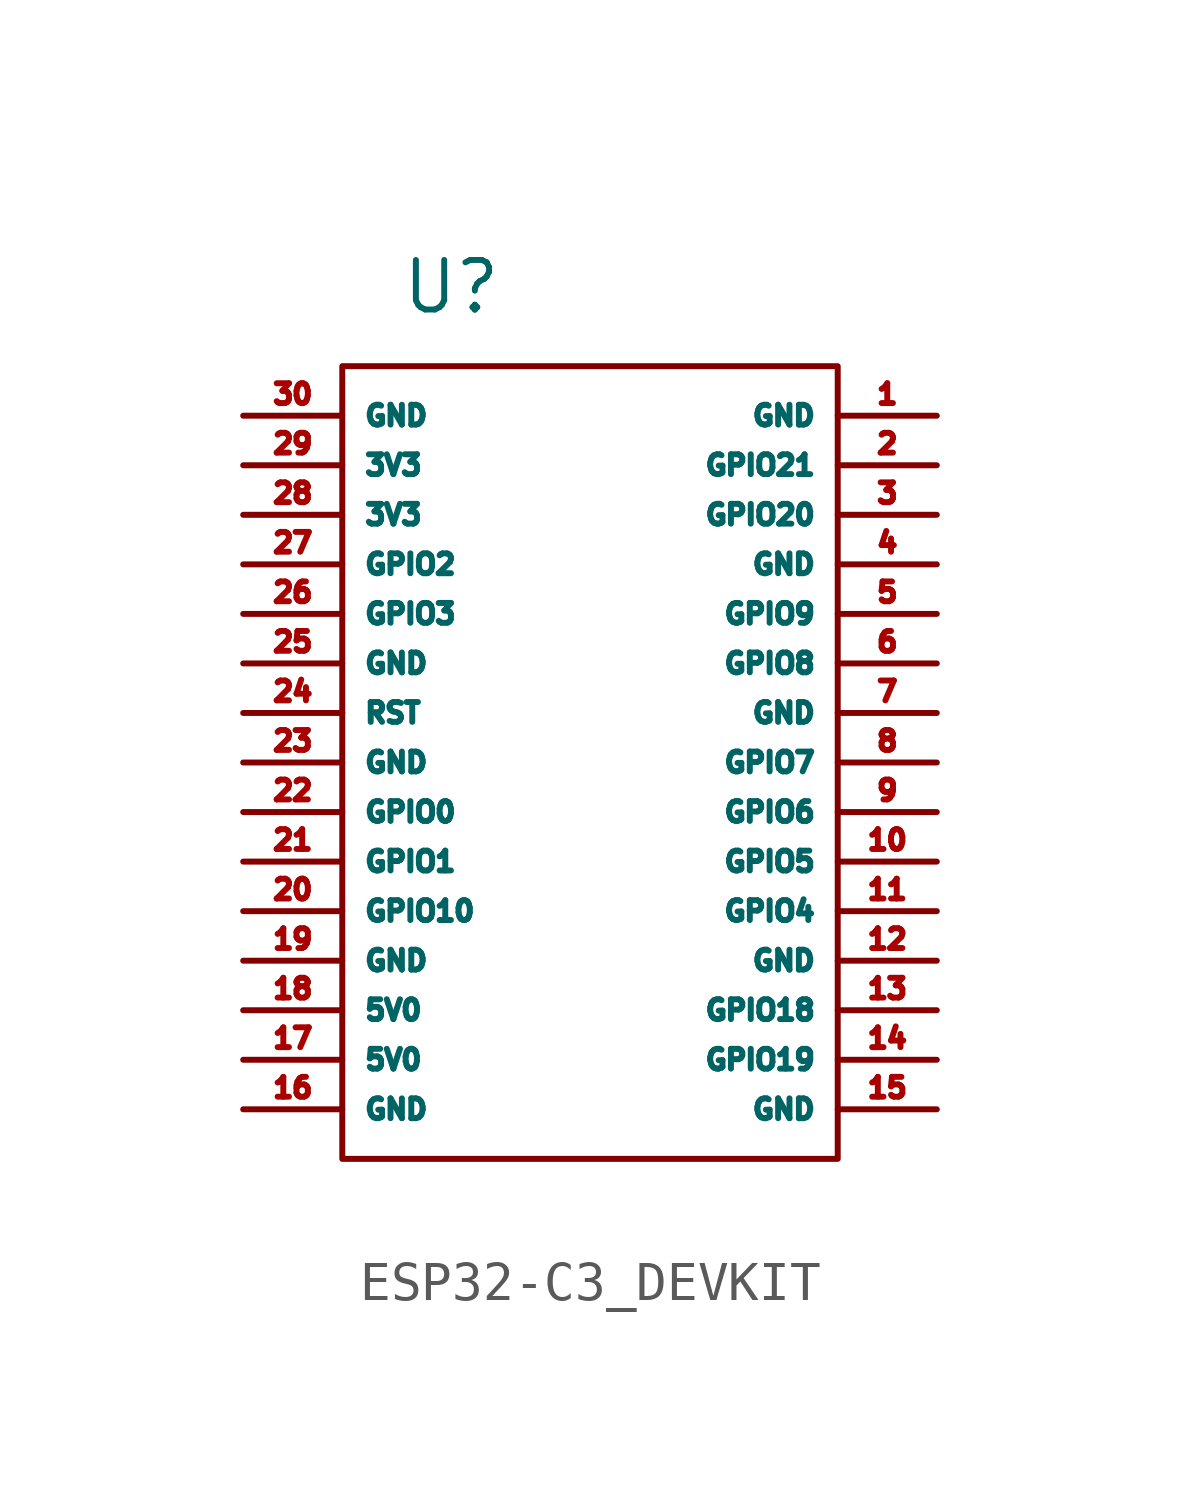
<source format=kicad_sym>
(kicad_symbol_lib
  (version 20231120)
  (generator "kicad_symbol_editor")
  (generator_version "8.0")
  (symbol "ESP32-C3_DEVKIT"
    (property "Reference" "U"
      (at -1.016 2.032 0)
      (effects (font (size 1.27 1.27))))
    (property "Value" ""
      (at 0 0 0)
      (effects (font (size 1.27 1.27))))
    (symbol "ESP32-C3_DEVKIT_0_1"
      (rectangle (start -3.81 0) (end 8.89 -20.32) (stroke (width 0) (type default)) (fill (type none))))
    (symbol "ESP32-C3_DEVKIT_1_0"
      (pin input line (at 11.43 -1.27 180) (length 2.54) (name "GND" (effects (font (size 0.508 0.508)))) (number "1" (effects (font (size 0.508 0.508))))))
    (symbol "ESP32-C3_DEVKIT_1_1"
      (pin input line (at 11.43 -12.7 180) (length 2.54) (name "GPIO5" (effects (font (size 0.508 0.508)))) (number "10" (effects (font (size 0.508 0.508)))))
      (pin input line (at 11.43 -13.97 180) (length 2.54) (name "GPIO4" (effects (font (size 0.508 0.508)))) (number "11" (effects (font (size 0.508 0.508)))))
      (pin input line (at 11.43 -15.24 180) (length 2.54) (name "GND" (effects (font (size 0.508 0.508)))) (number "12" (effects (font (size 0.508 0.508)))))
      (pin input line (at 11.43 -16.51 180) (length 2.54) (name "GPIO18" (effects (font (size 0.508 0.508)))) (number "13" (effects (font (size 0.508 0.508)))))
      (pin input line (at 11.43 -17.78 180) (length 2.54) (name "GPIO19" (effects (font (size 0.508 0.508)))) (number "14" (effects (font (size 0.508 0.508)))))
      (pin input line (at 11.43 -19.05 180) (length 2.54) (name "GND" (effects (font (size 0.508 0.508)))) (number "15" (effects (font (size 0.508 0.508)))))
      (pin input line (at -6.35 -19.05 0) (length 2.54) (name "GND" (effects (font (size 0.508 0.508)))) (number "16" (effects (font (size 0.508 0.508)))))
      (pin input line (at -6.35 -17.78 0) (length 2.54) (name "5V0" (effects (font (size 0.508 0.508)))) (number "17" (effects (font (size 0.508 0.508)))))
      (pin input line (at -6.35 -16.51 0) (length 2.54) (name "5V0" (effects (font (size 0.508 0.508)))) (number "18" (effects (font (size 0.508 0.508)))))
      (pin input line (at -6.35 -15.24 0) (length 2.54) (name "GND" (effects (font (size 0.508 0.508)))) (number "19" (effects (font (size 0.508 0.508)))))
      (pin input line (at 11.43 -2.54 180) (length 2.54) (name "GPIO21" (effects (font (size 0.508 0.508)))) (number "2" (effects (font (size 0.508 0.508)))))
      (pin input line (at -6.35 -13.97 0) (length 2.54) (name "GPIO10" (effects (font (size 0.508 0.508)))) (number "20" (effects (font (size 0.508 0.508)))))
      (pin input line (at -6.35 -12.7 0) (length 2.54) (name "GPIO1" (effects (font (size 0.508 0.508)))) (number "21" (effects (font (size 0.508 0.508)))))
      (pin input line (at -6.35 -11.43 0) (length 2.54) (name "GPIO0" (effects (font (size 0.508 0.508)))) (number "22" (effects (font (size 0.508 0.508)))))
      (pin input line (at -6.35 -10.16 0) (length 2.54) (name "GND" (effects (font (size 0.508 0.508)))) (number "23" (effects (font (size 0.508 0.508)))))
      (pin input line (at -6.35 -8.89 0) (length 2.54) (name "RST" (effects (font (size 0.508 0.508)))) (number "24" (effects (font (size 0.508 0.508)))))
      (pin input line (at -6.35 -7.62 0) (length 2.54) (name "GND" (effects (font (size 0.508 0.508)))) (number "25" (effects (font (size 0.508 0.508)))))
      (pin input line (at -6.35 -6.35 0) (length 2.54) (name "GPIO3" (effects (font (size 0.508 0.508)))) (number "26" (effects (font (size 0.508 0.508)))))
      (pin input line (at -6.35 -5.08 0) (length 2.54) (name "GPIO2" (effects (font (size 0.508 0.508)))) (number "27" (effects (font (size 0.508 0.508)))))
      (pin input line (at -6.35 -3.81 0) (length 2.54) (name "3V3" (effects (font (size 0.508 0.508)))) (number "28" (effects (font (size 0.508 0.508)))))
      (pin input line (at -6.35 -2.54 0) (length 2.54) (name "3V3" (effects (font (size 0.508 0.508)))) (number "29" (effects (font (size 0.508 0.508)))))
      (pin input line (at 11.43 -3.81 180) (length 2.54) (name "GPIO20" (effects (font (size 0.508 0.508)))) (number "3" (effects (font (size 0.508 0.508)))))
      (pin input line (at -6.35 -1.27 0) (length 2.54) (name "GND" (effects (font (size 0.508 0.508)))) (number "30" (effects (font (size 0.508 0.508)))))
      (pin input line (at 11.43 -5.08 180) (length 2.54) (name "GND" (effects (font (size 0.508 0.508)))) (number "4" (effects (font (size 0.508 0.508)))))
      (pin input line (at 11.43 -6.35 180) (length 2.54) (name "GPIO9" (effects (font (size 0.508 0.508)))) (number "5" (effects (font (size 0.508 0.508)))))
      (pin input line (at 11.43 -7.62 180) (length 2.54) (name "GPIO8" (effects (font (size 0.508 0.508)))) (number "6" (effects (font (size 0.508 0.508)))))
      (pin input line (at 11.43 -8.89 180) (length 2.54) (name "GND" (effects (font (size 0.508 0.508)))) (number "7" (effects (font (size 0.508 0.508)))))
      (pin input line (at 11.43 -10.16 180) (length 2.54) (name "GPIO7" (effects (font (size 0.508 0.508)))) (number "8" (effects (font (size 0.508 0.508)))))
      (pin input line (at 11.43 -11.43 180) (length 2.54) (name "GPIO6" (effects (font (size 0.508 0.508)))) (number "9" (effects (font (size 0.508 0.508))))))))
</source>
